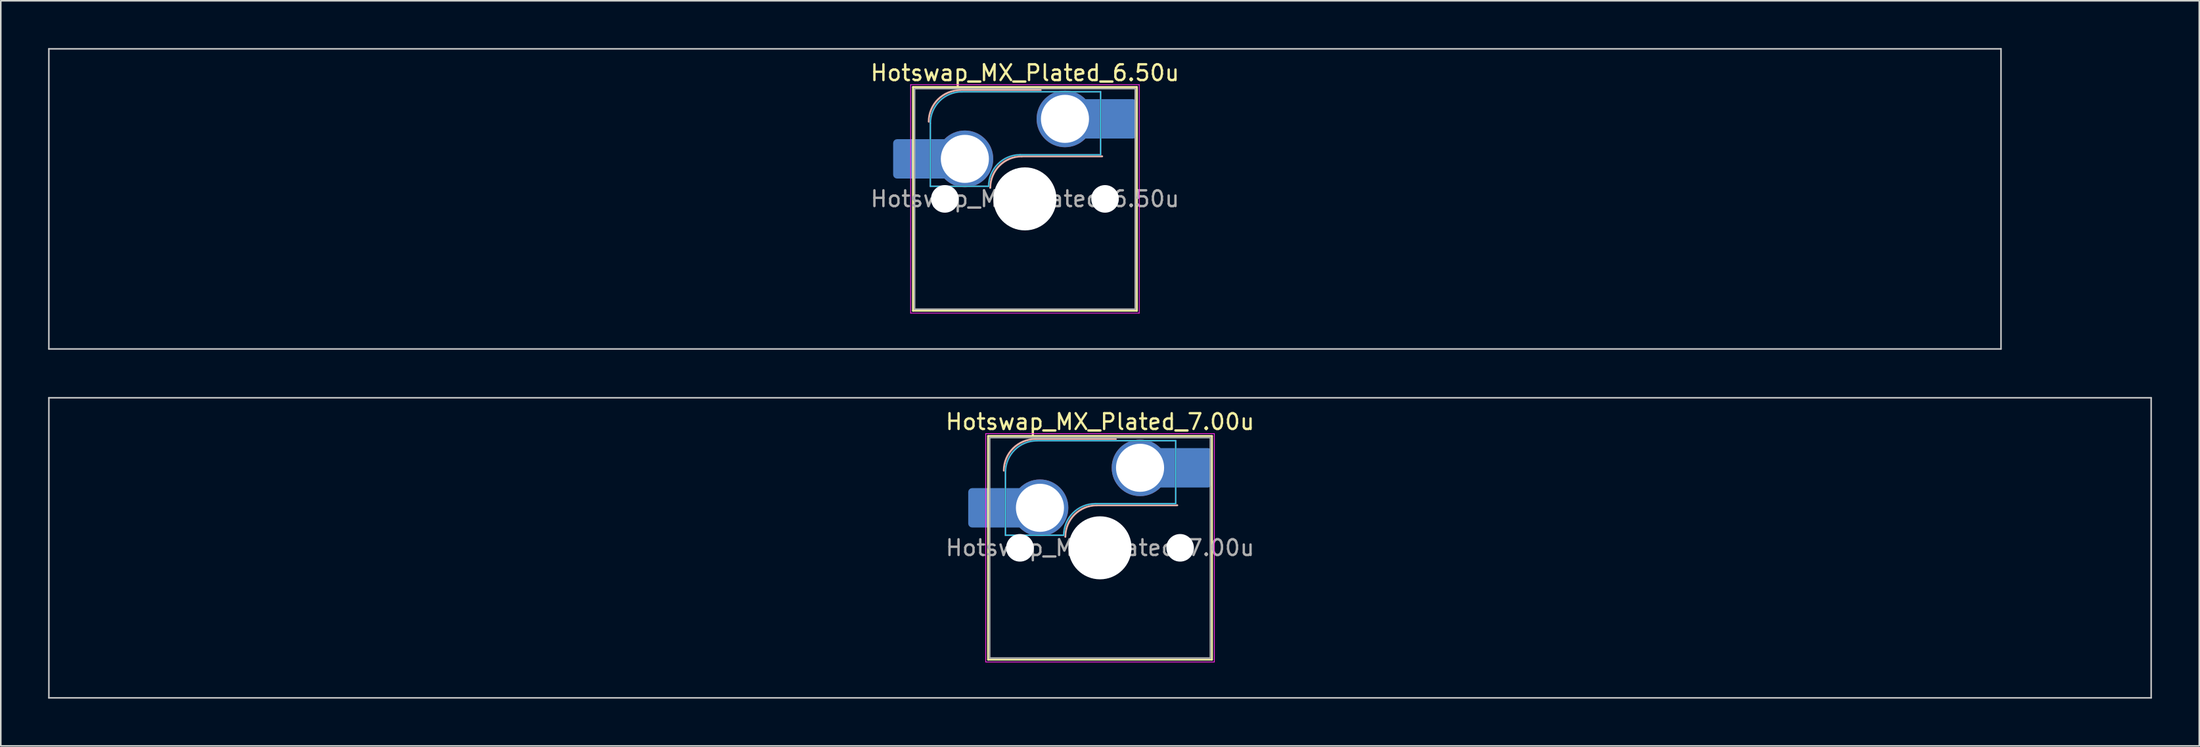
<source format=kicad_pcb>
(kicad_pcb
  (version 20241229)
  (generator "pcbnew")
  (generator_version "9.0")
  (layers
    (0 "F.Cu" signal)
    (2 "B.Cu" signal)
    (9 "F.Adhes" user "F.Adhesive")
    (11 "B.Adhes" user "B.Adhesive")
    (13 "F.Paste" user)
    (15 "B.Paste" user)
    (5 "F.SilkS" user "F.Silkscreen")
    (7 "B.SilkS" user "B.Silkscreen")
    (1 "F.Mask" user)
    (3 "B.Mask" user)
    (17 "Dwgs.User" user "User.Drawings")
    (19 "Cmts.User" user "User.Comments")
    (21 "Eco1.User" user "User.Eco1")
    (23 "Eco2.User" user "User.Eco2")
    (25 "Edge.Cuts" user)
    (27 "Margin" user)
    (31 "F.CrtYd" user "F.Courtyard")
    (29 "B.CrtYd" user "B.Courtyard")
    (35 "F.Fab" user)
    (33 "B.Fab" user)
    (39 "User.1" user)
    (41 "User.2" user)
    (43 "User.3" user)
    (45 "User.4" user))
  (footprint "Hotswap_MX_Plated_6.50u"
    (layer "F.Cu")
    (at 61.962 9.575)
    (property "Reference" "Hotswap_MX_Plated_6.50u" (at 0 -8 0) (layer "F.SilkS") (effects (font (size 1 1) (thickness 0.15))))
    (attr smd allow_soldermask_bridges)
    (fp_line (start -7.1 -7.1) (end -7.1 7.1) (stroke (width 0.12) (type solid)) (layer "F.SilkS"))
    (fp_line (start -7.1 7.1) (end 7.1 7.1) (stroke (width 0.12) (type solid)) (layer "F.SilkS"))
    (fp_line (start 7.1 -7.1) (end -7.1 -7.1) (stroke (width 0.12) (type solid)) (layer "F.SilkS"))
    (fp_line (start 7.1 7.1) (end 7.1 -7.1) (stroke (width 0.12) (type solid)) (layer "F.SilkS"))
    (fp_line (start -4.1 -6.9) (end 1 -6.9) (stroke (width 0.12) (type solid)) (layer "B.SilkS"))
    (fp_line (start -0.2 -2.7) (end 4.9 -2.7) (stroke (width 0.12) (type solid)) (layer "B.SilkS"))
    (fp_arc (start -6.1 -4.9) (mid -5.514214 -6.314214) (end -4.1 -6.9) (stroke (width 0.12) (type solid)) (layer "B.SilkS"))
    (fp_arc (start -2.2 -0.7) (mid -1.614214 -2.114214) (end -0.2 -2.7) (stroke (width 0.12) (type solid)) (layer "B.SilkS"))
    (fp_line (start -61.913 -9.525) (end -61.913 9.525) (stroke (width 0.1) (type solid)) (layer "Dwgs.User"))
    (fp_line (start -61.913 9.525) (end 61.913 9.525) (stroke (width 0.1) (type solid)) (layer "Dwgs.User"))
    (fp_line (start 61.913 -9.525) (end -61.913 -9.525) (stroke (width 0.1) (type solid)) (layer "Dwgs.User"))
    (fp_line (start 61.913 9.525) (end 61.913 -9.525) (stroke (width 0.1) (type solid)) (layer "Dwgs.User"))
    (fp_line (start -7.8 -6) (end -7 -6) (stroke (width 0.1) (type solid)) (layer "Eco1.User"))
    (fp_line (start -7.8 -2.9) (end -7.8 -6) (stroke (width 0.1) (type solid)) (layer "Eco1.User"))
    (fp_line (start -7.8 2.9) (end -7 2.9) (stroke (width 0.1) (type solid)) (layer "Eco1.User"))
    (fp_line (start -7.8 6) (end -7.8 2.9) (stroke (width 0.1) (type solid)) (layer "Eco1.User"))
    (fp_line (start -7 -7) (end 7 -7) (stroke (width 0.1) (type solid)) (layer "Eco1.User"))
    (fp_line (start -7 -6) (end -7 -7) (stroke (width 0.1) (type solid)) (layer "Eco1.User"))
    (fp_line (start -7 -2.9) (end -7.8 -2.9) (stroke (width 0.1) (type solid)) (layer "Eco1.User"))
    (fp_line (start -7 2.9) (end -7 -2.9) (stroke (width 0.1) (type solid)) (layer "Eco1.User"))
    (fp_line (start -7 6) (end -7.8 6) (stroke (width 0.1) (type solid)) (layer "Eco1.User"))
    (fp_line (start -7 7) (end -7 6) (stroke (width 0.1) (type solid)) (layer "Eco1.User"))
    (fp_line (start 7 -7) (end 7 -6) (stroke (width 0.1) (type solid)) (layer "Eco1.User"))
    (fp_line (start 7 -6) (end 7.8 -6) (stroke (width 0.1) (type solid)) (layer "Eco1.User"))
    (fp_line (start 7 -2.9) (end 7 2.9) (stroke (width 0.1) (type solid)) (layer "Eco1.User"))
    (fp_line (start 7 2.9) (end 7.8 2.9) (stroke (width 0.1) (type solid)) (layer "Eco1.User"))
    (fp_line (start 7 6) (end 7 7) (stroke (width 0.1) (type solid)) (layer "Eco1.User"))
    (fp_line (start 7 7) (end -7 7) (stroke (width 0.1) (type solid)) (layer "Eco1.User"))
    (fp_line (start 7.8 -6) (end 7.8 -2.9) (stroke (width 0.1) (type solid)) (layer "Eco1.User"))
    (fp_line (start 7.8 -2.9) (end 7 -2.9) (stroke (width 0.1) (type solid)) (layer "Eco1.User"))
    (fp_line (start 7.8 2.9) (end 7.8 6) (stroke (width 0.1) (type solid)) (layer "Eco1.User"))
    (fp_line (start 7.8 6) (end 7 6) (stroke (width 0.1) (type solid)) (layer "Eco1.User"))
    (fp_line (start -6 -0.8) (end -6 -4.8) (stroke (width 0.05) (type solid)) (layer "B.CrtYd"))
    (fp_line (start -6 -0.8) (end -2.3 -0.8) (stroke (width 0.05) (type solid)) (layer "B.CrtYd"))
    (fp_line (start -4 -6.8) (end 4.8 -6.8) (stroke (width 0.05) (type solid)) (layer "B.CrtYd"))
    (fp_line (start -0.3 -2.8) (end 4.8 -2.8) (stroke (width 0.05) (type solid)) (layer "B.CrtYd"))
    (fp_line (start 4.8 -6.8) (end 4.8 -2.8) (stroke (width 0.05) (type solid)) (layer "B.CrtYd"))
    (fp_arc (start -6 -4.8) (mid -5.414214 -6.214214) (end -4 -6.8) (stroke (width 0.05) (type solid)) (layer "B.CrtYd"))
    (fp_arc (start -2.3 -0.8) (mid -1.714214 -2.214214) (end -0.3 -2.8) (stroke (width 0.05) (type solid)) (layer "B.CrtYd"))
    (fp_line (start -7.25 -7.25) (end -7.25 7.25) (stroke (width 0.05) (type solid)) (layer "F.CrtYd"))
    (fp_line (start -7.25 7.25) (end 7.25 7.25) (stroke (width 0.05) (type solid)) (layer "F.CrtYd"))
    (fp_line (start 7.25 -7.25) (end -7.25 -7.25) (stroke (width 0.05) (type solid)) (layer "F.CrtYd"))
    (fp_line (start 7.25 7.25) (end 7.25 -7.25) (stroke (width 0.05) (type solid)) (layer "F.CrtYd"))
    (fp_line (start -6 -0.8) (end -6 -4.8) (stroke (width 0.12) (type solid)) (layer "B.Fab"))
    (fp_line (start -6 -0.8) (end -2.3 -0.8) (stroke (width 0.12) (type solid)) (layer "B.Fab"))
    (fp_line (start -4 -6.8) (end 4.8 -6.8) (stroke (width 0.12) (type solid)) (layer "B.Fab"))
    (fp_line (start -0.3 -2.8) (end 4.8 -2.8) (stroke (width 0.12) (type solid)) (layer "B.Fab"))
    (fp_line (start 4.8 -6.8) (end 4.8 -2.8) (stroke (width 0.12) (type solid)) (layer "B.Fab"))
    (fp_arc (start -6 -4.8) (mid -5.414214 -6.214214) (end -4 -6.8) (stroke (width 0.12) (type solid)) (layer "B.Fab"))
    (fp_arc (start -2.3 -0.8) (mid -1.714214 -2.214214) (end -0.3 -2.8) (stroke (width 0.12) (type solid)) (layer "B.Fab"))
    (fp_line (start -7 -7) (end -7 7) (stroke (width 0.1) (type solid)) (layer "F.Fab"))
    (fp_line (start -7 7) (end 7 7) (stroke (width 0.1) (type solid)) (layer "F.Fab"))
    (fp_line (start 7 -7) (end -7 -7) (stroke (width 0.1) (type solid)) (layer "F.Fab"))
    (fp_line (start 7 7) (end 7 -7) (stroke (width 0.1) (type solid)) (layer "F.Fab"))
    (fp_text user "${REFERENCE}" (at 0 0 0) (layer "F.Fab") (effects (font (size 1 1) (thickness 0.15))))
    (pad "" smd roundrect (at -7.085 -2.54) (size 2.55 2.5) (layers "B.Mask" "B.Paste") (roundrect_rratio 0.1))
    (pad "" np_thru_hole circle (at -5.08 0) (size 1.75 1.75) (drill 1.75) (layers "*.Cu" "*.Mask"))
    (pad "" np_thru_hole circle (at 0 0) (size 4 4) (drill 4) (layers "*.Cu" "*.Mask"))
    (pad "" np_thru_hole circle (at 5.08 0) (size 1.75 1.75) (drill 1.75) (layers "*.Cu" "*.Mask"))
    (pad "" smd roundrect (at 5.842 -5.08) (size 2.55 2.5) (layers "B.Mask" "B.Paste") (roundrect_rratio 0.1))
    (pad "1" smd roundrect (at -6.585 -2.54) (size 3.55 2.5) (layers "B.Cu") (roundrect_rratio 0.1))
    (pad "1" thru_hole circle (at -3.81 -2.54) (size 3.6 3.6) (drill 3.05) (layers "*.Cu" "*.Mask"))
    (pad "2" thru_hole circle (at 2.54 -5.08) (size 3.6 3.6) (drill 3.05) (layers "*.Cu" "*.Mask"))
    (pad "2" smd roundrect (at 5.32 -5.08) (size 3.55 2.5) (layers "B.Cu") (roundrect_rratio 0.1)))
  (footprint "Hotswap_MX_Plated_7.00u"
    (layer "F.Cu")
    (at 66.725 31.725)
    (property "Reference" "Hotswap_MX_Plated_7.00u" (at 0 -8 0) (layer "F.SilkS") (effects (font (size 1 1) (thickness 0.15))))
    (attr smd allow_soldermask_bridges)
    (fp_line (start -7.1 -7.1) (end -7.1 7.1) (stroke (width 0.12) (type solid)) (layer "F.SilkS"))
    (fp_line (start -7.1 7.1) (end 7.1 7.1) (stroke (width 0.12) (type solid)) (layer "F.SilkS"))
    (fp_line (start 7.1 -7.1) (end -7.1 -7.1) (stroke (width 0.12) (type solid)) (layer "F.SilkS"))
    (fp_line (start 7.1 7.1) (end 7.1 -7.1) (stroke (width 0.12) (type solid)) (layer "F.SilkS"))
    (fp_line (start -4.1 -6.9) (end 1 -6.9) (stroke (width 0.12) (type solid)) (layer "B.SilkS"))
    (fp_line (start -0.2 -2.7) (end 4.9 -2.7) (stroke (width 0.12) (type solid)) (layer "B.SilkS"))
    (fp_arc (start -6.1 -4.9) (mid -5.514214 -6.314214) (end -4.1 -6.9) (stroke (width 0.12) (type solid)) (layer "B.SilkS"))
    (fp_arc (start -2.2 -0.7) (mid -1.614214 -2.114214) (end -0.2 -2.7) (stroke (width 0.12) (type solid)) (layer "B.SilkS"))
    (fp_line (start -66.675 -9.525) (end -66.675 9.525) (stroke (width 0.1) (type solid)) (layer "Dwgs.User"))
    (fp_line (start -66.675 9.525) (end 66.675 9.525) (stroke (width 0.1) (type solid)) (layer "Dwgs.User"))
    (fp_line (start 66.675 -9.525) (end -66.675 -9.525) (stroke (width 0.1) (type solid)) (layer "Dwgs.User"))
    (fp_line (start 66.675 9.525) (end 66.675 -9.525) (stroke (width 0.1) (type solid)) (layer "Dwgs.User"))
    (fp_line (start -7.8 -6) (end -7 -6) (stroke (width 0.1) (type solid)) (layer "Eco1.User"))
    (fp_line (start -7.8 -2.9) (end -7.8 -6) (stroke (width 0.1) (type solid)) (layer "Eco1.User"))
    (fp_line (start -7.8 2.9) (end -7 2.9) (stroke (width 0.1) (type solid)) (layer "Eco1.User"))
    (fp_line (start -7.8 6) (end -7.8 2.9) (stroke (width 0.1) (type solid)) (layer "Eco1.User"))
    (fp_line (start -7 -7) (end 7 -7) (stroke (width 0.1) (type solid)) (layer "Eco1.User"))
    (fp_line (start -7 -6) (end -7 -7) (stroke (width 0.1) (type solid)) (layer "Eco1.User"))
    (fp_line (start -7 -2.9) (end -7.8 -2.9) (stroke (width 0.1) (type solid)) (layer "Eco1.User"))
    (fp_line (start -7 2.9) (end -7 -2.9) (stroke (width 0.1) (type solid)) (layer "Eco1.User"))
    (fp_line (start -7 6) (end -7.8 6) (stroke (width 0.1) (type solid)) (layer "Eco1.User"))
    (fp_line (start -7 7) (end -7 6) (stroke (width 0.1) (type solid)) (layer "Eco1.User"))
    (fp_line (start 7 -7) (end 7 -6) (stroke (width 0.1) (type solid)) (layer "Eco1.User"))
    (fp_line (start 7 -6) (end 7.8 -6) (stroke (width 0.1) (type solid)) (layer "Eco1.User"))
    (fp_line (start 7 -2.9) (end 7 2.9) (stroke (width 0.1) (type solid)) (layer "Eco1.User"))
    (fp_line (start 7 2.9) (end 7.8 2.9) (stroke (width 0.1) (type solid)) (layer "Eco1.User"))
    (fp_line (start 7 6) (end 7 7) (stroke (width 0.1) (type solid)) (layer "Eco1.User"))
    (fp_line (start 7 7) (end -7 7) (stroke (width 0.1) (type solid)) (layer "Eco1.User"))
    (fp_line (start 7.8 -6) (end 7.8 -2.9) (stroke (width 0.1) (type solid)) (layer "Eco1.User"))
    (fp_line (start 7.8 -2.9) (end 7 -2.9) (stroke (width 0.1) (type solid)) (layer "Eco1.User"))
    (fp_line (start 7.8 2.9) (end 7.8 6) (stroke (width 0.1) (type solid)) (layer "Eco1.User"))
    (fp_line (start 7.8 6) (end 7 6) (stroke (width 0.1) (type solid)) (layer "Eco1.User"))
    (fp_line (start -6 -0.8) (end -6 -4.8) (stroke (width 0.05) (type solid)) (layer "B.CrtYd"))
    (fp_line (start -6 -0.8) (end -2.3 -0.8) (stroke (width 0.05) (type solid)) (layer "B.CrtYd"))
    (fp_line (start -4 -6.8) (end 4.8 -6.8) (stroke (width 0.05) (type solid)) (layer "B.CrtYd"))
    (fp_line (start -0.3 -2.8) (end 4.8 -2.8) (stroke (width 0.05) (type solid)) (layer "B.CrtYd"))
    (fp_line (start 4.8 -6.8) (end 4.8 -2.8) (stroke (width 0.05) (type solid)) (layer "B.CrtYd"))
    (fp_arc (start -6 -4.8) (mid -5.414214 -6.214214) (end -4 -6.8) (stroke (width 0.05) (type solid)) (layer "B.CrtYd"))
    (fp_arc (start -2.3 -0.8) (mid -1.714214 -2.214214) (end -0.3 -2.8) (stroke (width 0.05) (type solid)) (layer "B.CrtYd"))
    (fp_line (start -7.25 -7.25) (end -7.25 7.25) (stroke (width 0.05) (type solid)) (layer "F.CrtYd"))
    (fp_line (start -7.25 7.25) (end 7.25 7.25) (stroke (width 0.05) (type solid)) (layer "F.CrtYd"))
    (fp_line (start 7.25 -7.25) (end -7.25 -7.25) (stroke (width 0.05) (type solid)) (layer "F.CrtYd"))
    (fp_line (start 7.25 7.25) (end 7.25 -7.25) (stroke (width 0.05) (type solid)) (layer "F.CrtYd"))
    (fp_line (start -6 -0.8) (end -6 -4.8) (stroke (width 0.12) (type solid)) (layer "B.Fab"))
    (fp_line (start -6 -0.8) (end -2.3 -0.8) (stroke (width 0.12) (type solid)) (layer "B.Fab"))
    (fp_line (start -4 -6.8) (end 4.8 -6.8) (stroke (width 0.12) (type solid)) (layer "B.Fab"))
    (fp_line (start -0.3 -2.8) (end 4.8 -2.8) (stroke (width 0.12) (type solid)) (layer "B.Fab"))
    (fp_line (start 4.8 -6.8) (end 4.8 -2.8) (stroke (width 0.12) (type solid)) (layer "B.Fab"))
    (fp_arc (start -6 -4.8) (mid -5.414214 -6.214214) (end -4 -6.8) (stroke (width 0.12) (type solid)) (layer "B.Fab"))
    (fp_arc (start -2.3 -0.8) (mid -1.714214 -2.214214) (end -0.3 -2.8) (stroke (width 0.12) (type solid)) (layer "B.Fab"))
    (fp_line (start -7 -7) (end -7 7) (stroke (width 0.1) (type solid)) (layer "F.Fab"))
    (fp_line (start -7 7) (end 7 7) (stroke (width 0.1) (type solid)) (layer "F.Fab"))
    (fp_line (start 7 -7) (end -7 -7) (stroke (width 0.1) (type solid)) (layer "F.Fab"))
    (fp_line (start 7 7) (end 7 -7) (stroke (width 0.1) (type solid)) (layer "F.Fab"))
    (fp_text user "${REFERENCE}" (at 0 0 0) (layer "F.Fab") (effects (font (size 1 1) (thickness 0.15))))
    (pad "" smd roundrect (at -7.085 -2.54) (size 2.55 2.5) (layers "B.Mask" "B.Paste") (roundrect_rratio 0.1))
    (pad "" np_thru_hole circle (at -5.08 0) (size 1.75 1.75) (drill 1.75) (layers "*.Cu" "*.Mask"))
    (pad "" np_thru_hole circle (at 0 0) (size 4 4) (drill 4) (layers "*.Cu" "*.Mask"))
    (pad "" np_thru_hole circle (at 5.08 0) (size 1.75 1.75) (drill 1.75) (layers "*.Cu" "*.Mask"))
    (pad "" smd roundrect (at 5.842 -5.08) (size 2.55 2.5) (layers "B.Mask" "B.Paste") (roundrect_rratio 0.1))
    (pad "1" smd roundrect (at -6.585 -2.54) (size 3.55 2.5) (layers "B.Cu") (roundrect_rratio 0.1))
    (pad "1" thru_hole circle (at -3.81 -2.54) (size 3.6 3.6) (drill 3.05) (layers "*.Cu" "*.Mask"))
    (pad "2" thru_hole circle (at 2.54 -5.08) (size 3.6 3.6) (drill 3.05) (layers "*.Cu" "*.Mask"))
    (pad "2" smd roundrect (at 5.32 -5.08) (size 3.55 2.5) (layers "B.Cu") (roundrect_rratio 0.1)))
  (gr_rect
    (start -3 -3)
    (end 136.45 44.3)
    (stroke (width 0.1) (type default))
    (fill no)
    (layer "Edge.Cuts")))
</source>
